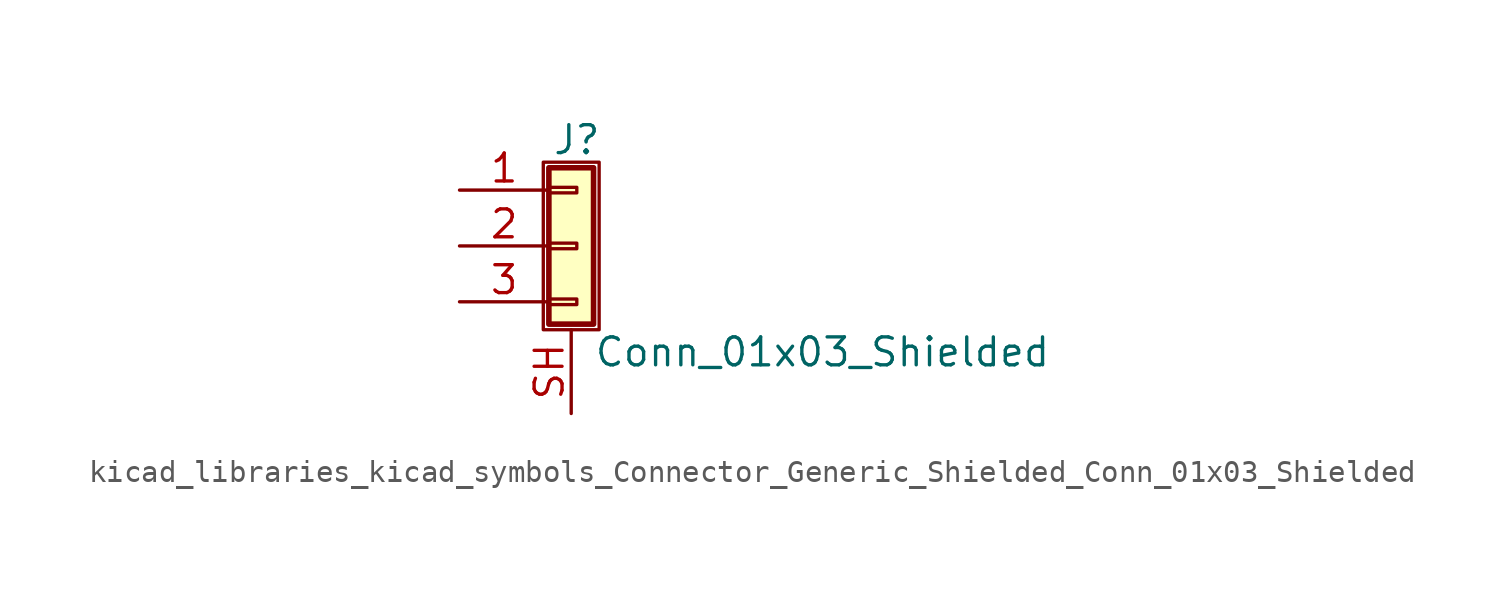
<source format=kicad_sym>
(kicad_symbol_lib
  (version 20220914)
  (generator kicad_symbol_editor)
  (symbol "kicad_libraries_kicad_symbols_Connector_Generic_Shielded_Conn_01x03_Shielded"
    (pin_names
      (offset 1.016) hide)
    (property "Reference" "J"
      (at 0.254 4.826 0)
      (effects (font (size 1.27 1.27))))
    (property "Value" "Conn_01x03_Shielded"
      (at 1.016 -4.826 0)
      (effects (font (size 1.27 1.27)) (justify left)))
    (symbol "kicad_libraries_kicad_symbols_Connector_Generic_Shielded_Conn_01x03_Shielded_1_1"
      (rectangle (start -1.27 3.81) (end 1.27 -3.81) (stroke (width 0.152) (type default)) (fill (type none)))
      (rectangle (start -1.016 -2.413) (end 0.254 -2.667) (stroke (width 0.152) (type default)) (fill (type none)))
      (rectangle (start -1.016 0.127) (end 0.254 -0.127) (stroke (width 0.152) (type default)) (fill (type none)))
      (rectangle (start -1.016 2.667) (end 0.254 2.413) (stroke (width 0.152) (type default)) (fill (type none)))
      (rectangle (start -1.016 3.556) (end 1.016 -3.556) (stroke (width 0.254) (type default)) (fill (type background)))
      (pin passive line (at -5.08 2.54 0) (length 4.064) (name "Pin_1" (effects (font (size 1.27 1.27)))) (number "1" (effects (font (size 1.27 1.27)))))
      (pin passive line (at -5.08 0 0) (length 4.064) (name "Pin_2" (effects (font (size 1.27 1.27)))) (number "2" (effects (font (size 1.27 1.27)))))
      (pin passive line (at -5.08 -2.54 0) (length 4.064) (name "Pin_3" (effects (font (size 1.27 1.27)))) (number "3" (effects (font (size 1.27 1.27)))))
      (pin passive line (at 0 -7.62 90) (length 3.81) (name "Shield" (effects (font (size 1.27 1.27)))) (number "SH" (effects (font (size 1.27 1.27))))))))
</source>
